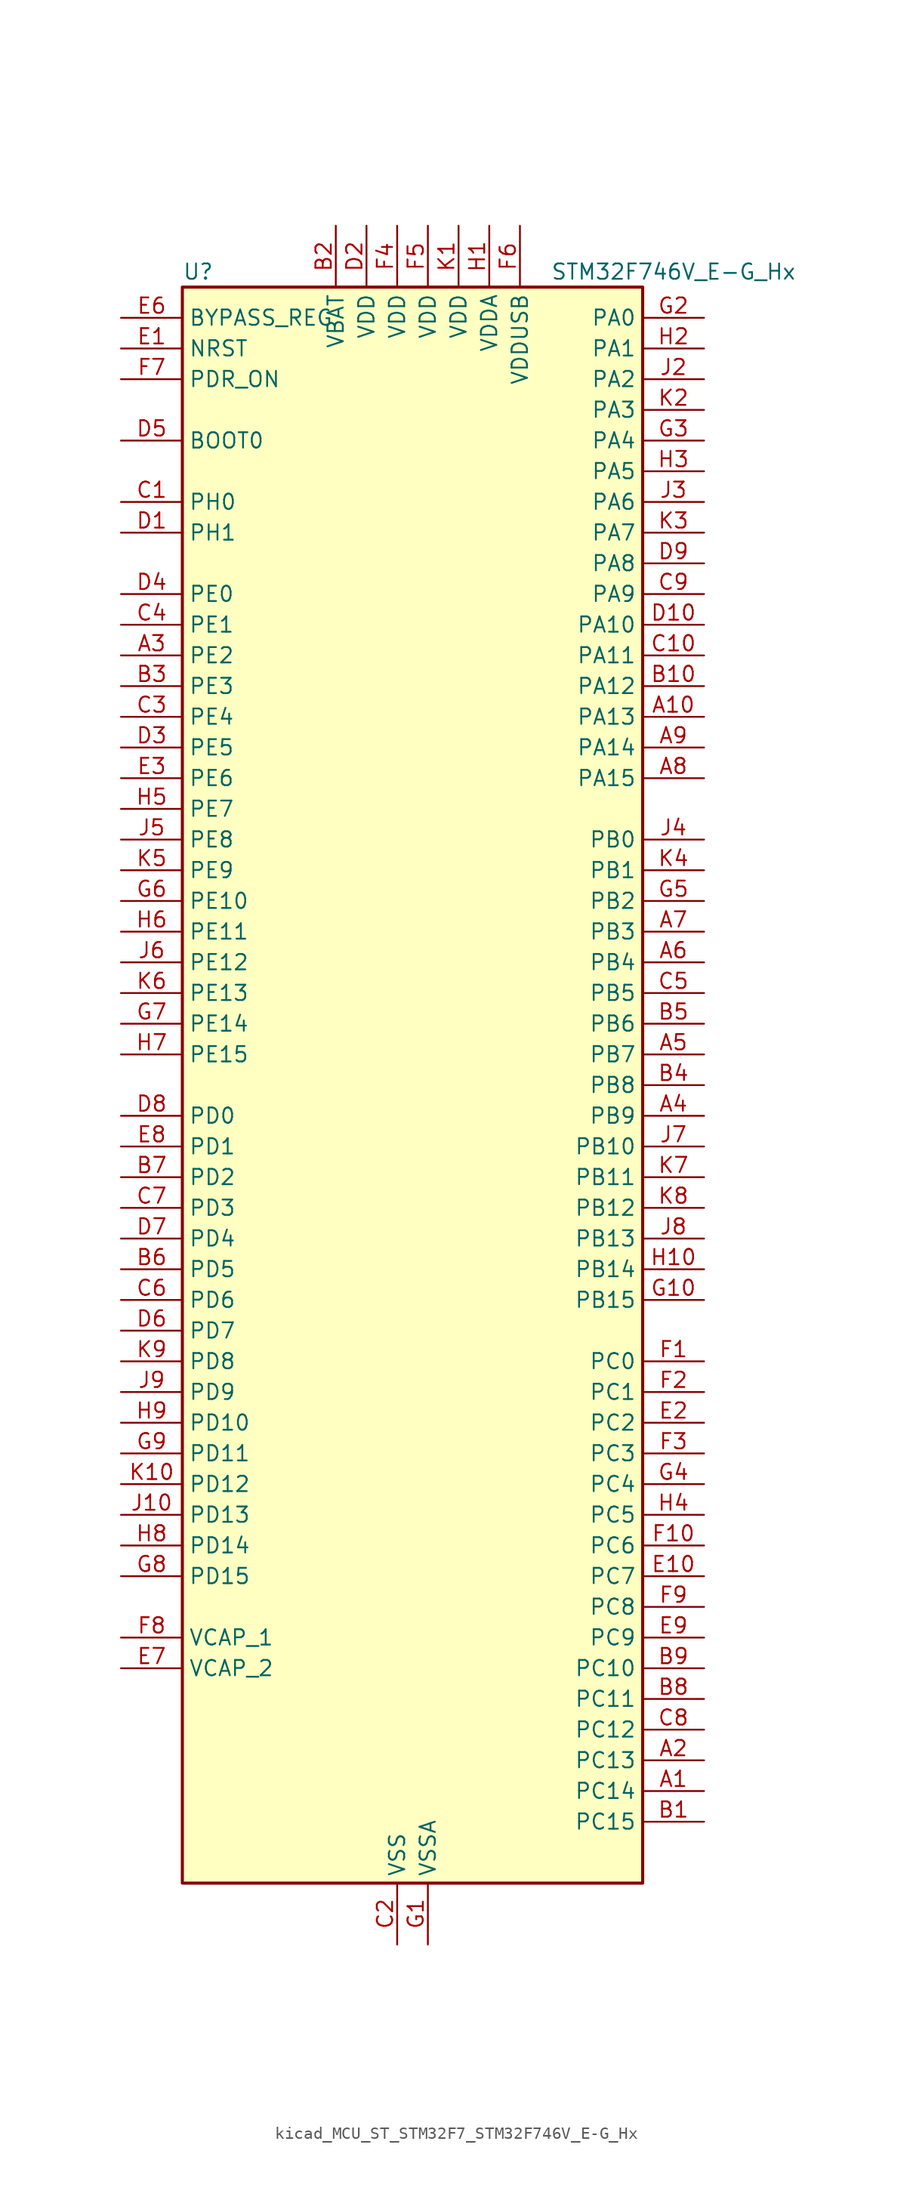
<source format=kicad_sym>
(kicad_symbol_lib
  (version 20220914)
  (generator kicad_symbol_editor)
  (symbol "kicad_MCU_ST_STM32F7_STM32F746V_E-G_Hx"
    (property "Reference" "U"
      (at -17.78 67.31 0)
      (effects (font (size 1.27 1.27)) (justify left)))
    (property "Value" "STM32F746V_E-G_Hx"
      (at 12.7 67.31 0)
      (effects (font (size 1.27 1.27)) (justify left)))
    (property "ki_locked" ""
      (at 0 0 0)
      (effects (font (size 1.27 1.27))))
    (symbol "kicad_MCU_ST_STM32F7_STM32F746V_E-G_Hx_0_1"
      (rectangle (start -17.78 -66.04) (end 20.32 66.04) (stroke (width 0.254) (type default)) (fill (type background))))
    (symbol "kicad_MCU_ST_STM32F7_STM32F746V_E-G_Hx_1_1"
      (pin bidirectional line (at 25.4 -58.42 180) (length 5.08) (name "PC14" (effects (font (size 1.27 1.27)))) (number "A1" (effects (font (size 1.27 1.27)))) (alternate "RCC_OSC32_IN" bidirectional line))
      (pin bidirectional line (at 25.4 30.48 180) (length 5.08) (name "PA13" (effects (font (size 1.27 1.27)))) (number "A10" (effects (font (size 1.27 1.27)))) (alternate "SYS_JTMS-SWDIO" bidirectional line))
      (pin bidirectional line (at 25.4 -55.88 180) (length 5.08) (name "PC13" (effects (font (size 1.27 1.27)))) (number "A2" (effects (font (size 1.27 1.27)))) (alternate "RTC_OUT" bidirectional line) (alternate "RTC_TAMP1" bidirectional line) (alternate "RTC_TS" bidirectional line) (alternate "SYS_WKUP4" bidirectional line))
      (pin bidirectional line (at -22.86 35.56 0) (length 5.08) (name "PE2" (effects (font (size 1.27 1.27)))) (number "A3" (effects (font (size 1.27 1.27)))) (alternate "ETH_TXD3" bidirectional line) (alternate "FMC_A23" bidirectional line) (alternate "QUADSPI_BK1_IO2" bidirectional line) (alternate "SAI1_MCLK_A" bidirectional line) (alternate "SPI4_SCK" bidirectional line) (alternate "SYS_TRACECLK" bidirectional line))
      (pin bidirectional line (at 25.4 -2.54 180) (length 5.08) (name "PB9" (effects (font (size 1.27 1.27)))) (number "A4" (effects (font (size 1.27 1.27)))) (alternate "CAN1_TX" bidirectional line) (alternate "DAC_EXTI9" bidirectional line) (alternate "DCMI_D7" bidirectional line) (alternate "I2C1_SDA" bidirectional line) (alternate "I2S2_WS" bidirectional line) (alternate "LTDC_B7" bidirectional line) (alternate "SDMMC1_D5" bidirectional line) (alternate "SPI2_NSS" bidirectional line) (alternate "TIM11_CH1" bidirectional line) (alternate "TIM4_CH4" bidirectional line))
      (pin bidirectional line (at 25.4 2.54 180) (length 5.08) (name "PB7" (effects (font (size 1.27 1.27)))) (number "A5" (effects (font (size 1.27 1.27)))) (alternate "DCMI_VSYNC" bidirectional line) (alternate "FMC_NL" bidirectional line) (alternate "I2C1_SDA" bidirectional line) (alternate "TIM4_CH2" bidirectional line) (alternate "USART1_RX" bidirectional line))
      (pin bidirectional line (at 25.4 10.16 180) (length 5.08) (name "PB4" (effects (font (size 1.27 1.27)))) (number "A6" (effects (font (size 1.27 1.27)))) (alternate "I2S2_WS" bidirectional line) (alternate "SPI1_MISO" bidirectional line) (alternate "SPI2_NSS" bidirectional line) (alternate "SPI3_MISO" bidirectional line) (alternate "SYS_JTRST" bidirectional line) (alternate "TIM3_CH1" bidirectional line))
      (pin bidirectional line (at 25.4 12.7 180) (length 5.08) (name "PB3" (effects (font (size 1.27 1.27)))) (number "A7" (effects (font (size 1.27 1.27)))) (alternate "I2S1_CK" bidirectional line) (alternate "I2S3_CK" bidirectional line) (alternate "SPI1_SCK" bidirectional line) (alternate "SPI3_SCK" bidirectional line) (alternate "SYS_JTDO-SWO" bidirectional line) (alternate "TIM2_CH2" bidirectional line))
      (pin bidirectional line (at 25.4 25.4 180) (length 5.08) (name "PA15" (effects (font (size 1.27 1.27)))) (number "A8" (effects (font (size 1.27 1.27)))) (alternate "CEC" bidirectional line) (alternate "I2S1_WS" bidirectional line) (alternate "I2S3_WS" bidirectional line) (alternate "SPI1_NSS" bidirectional line) (alternate "SPI3_NSS" bidirectional line) (alternate "SYS_JTDI" bidirectional line) (alternate "TIM2_CH1" bidirectional line) (alternate "TIM2_ETR" bidirectional line) (alternate "UART4_DE" bidirectional line) (alternate "UART4_RTS" bidirectional line))
      (pin bidirectional line (at 25.4 27.94 180) (length 5.08) (name "PA14" (effects (font (size 1.27 1.27)))) (number "A9" (effects (font (size 1.27 1.27)))) (alternate "SYS_JTCK-SWCLK" bidirectional line))
      (pin bidirectional line (at 25.4 -60.96 180) (length 5.08) (name "PC15" (effects (font (size 1.27 1.27)))) (number "B1" (effects (font (size 1.27 1.27)))) (alternate "RCC_OSC32_OUT" bidirectional line))
      (pin bidirectional line (at 25.4 33.02 180) (length 5.08) (name "PA12" (effects (font (size 1.27 1.27)))) (number "B10" (effects (font (size 1.27 1.27)))) (alternate "CAN1_TX" bidirectional line) (alternate "LTDC_R5" bidirectional line) (alternate "SAI2_FS_B" bidirectional line) (alternate "TIM1_ETR" bidirectional line) (alternate "USART1_DE" bidirectional line) (alternate "USART1_RTS" bidirectional line) (alternate "USB_OTG_FS_DP" bidirectional line))
      (pin power_in line (at -5.08 71.12 270) (length 5.08) (name "VBAT" (effects (font (size 1.27 1.27)))) (number "B2" (effects (font (size 1.27 1.27)))))
      (pin bidirectional line (at -22.86 33.02 0) (length 5.08) (name "PE3" (effects (font (size 1.27 1.27)))) (number "B3" (effects (font (size 1.27 1.27)))) (alternate "FMC_A19" bidirectional line) (alternate "SAI1_SD_B" bidirectional line) (alternate "SYS_TRACED0" bidirectional line))
      (pin bidirectional line (at 25.4 0 180) (length 5.08) (name "PB8" (effects (font (size 1.27 1.27)))) (number "B4" (effects (font (size 1.27 1.27)))) (alternate "CAN1_RX" bidirectional line) (alternate "DCMI_D6" bidirectional line) (alternate "ETH_TXD3" bidirectional line) (alternate "I2C1_SCL" bidirectional line) (alternate "LTDC_B6" bidirectional line) (alternate "SDMMC1_D4" bidirectional line) (alternate "TIM10_CH1" bidirectional line) (alternate "TIM4_CH3" bidirectional line))
      (pin bidirectional line (at 25.4 5.08 180) (length 5.08) (name "PB6" (effects (font (size 1.27 1.27)))) (number "B5" (effects (font (size 1.27 1.27)))) (alternate "CAN2_TX" bidirectional line) (alternate "CEC" bidirectional line) (alternate "DCMI_D5" bidirectional line) (alternate "FMC_SDNE1" bidirectional line) (alternate "I2C1_SCL" bidirectional line) (alternate "QUADSPI_BK1_NCS" bidirectional line) (alternate "TIM4_CH1" bidirectional line) (alternate "USART1_TX" bidirectional line))
      (pin bidirectional line (at -22.86 -15.24 0) (length 5.08) (name "PD5" (effects (font (size 1.27 1.27)))) (number "B6" (effects (font (size 1.27 1.27)))) (alternate "FMC_NWE" bidirectional line) (alternate "USART2_TX" bidirectional line))
      (pin bidirectional line (at -22.86 -7.62 0) (length 5.08) (name "PD2" (effects (font (size 1.27 1.27)))) (number "B7" (effects (font (size 1.27 1.27)))) (alternate "DCMI_D11" bidirectional line) (alternate "SDMMC1_CMD" bidirectional line) (alternate "SYS_TRACED2" bidirectional line) (alternate "TIM3_ETR" bidirectional line) (alternate "UART5_RX" bidirectional line))
      (pin bidirectional line (at 25.4 -50.8 180) (length 5.08) (name "PC11" (effects (font (size 1.27 1.27)))) (number "B8" (effects (font (size 1.27 1.27)))) (alternate "ADC1_EXTI11" bidirectional line) (alternate "ADC2_EXTI11" bidirectional line) (alternate "ADC3_EXTI11" bidirectional line) (alternate "DCMI_D4" bidirectional line) (alternate "QUADSPI_BK2_NCS" bidirectional line) (alternate "SDMMC1_D3" bidirectional line) (alternate "SPI3_MISO" bidirectional line) (alternate "UART4_RX" bidirectional line) (alternate "USART3_RX" bidirectional line))
      (pin bidirectional line (at 25.4 -48.26 180) (length 5.08) (name "PC10" (effects (font (size 1.27 1.27)))) (number "B9" (effects (font (size 1.27 1.27)))) (alternate "DCMI_D8" bidirectional line) (alternate "I2S3_CK" bidirectional line) (alternate "LTDC_R2" bidirectional line) (alternate "QUADSPI_BK1_IO1" bidirectional line) (alternate "SDMMC1_D2" bidirectional line) (alternate "SPI3_SCK" bidirectional line) (alternate "UART4_TX" bidirectional line) (alternate "USART3_TX" bidirectional line))
      (pin bidirectional line (at -22.86 48.26 0) (length 5.08) (name "PH0" (effects (font (size 1.27 1.27)))) (number "C1" (effects (font (size 1.27 1.27)))) (alternate "RCC_OSC_IN" bidirectional line))
      (pin bidirectional line (at 25.4 35.56 180) (length 5.08) (name "PA11" (effects (font (size 1.27 1.27)))) (number "C10" (effects (font (size 1.27 1.27)))) (alternate "ADC1_EXTI11" bidirectional line) (alternate "ADC2_EXTI11" bidirectional line) (alternate "ADC3_EXTI11" bidirectional line) (alternate "CAN1_RX" bidirectional line) (alternate "LTDC_R4" bidirectional line) (alternate "TIM1_CH4" bidirectional line) (alternate "USART1_CTS" bidirectional line) (alternate "USB_OTG_FS_DM" bidirectional line))
      (pin power_in line (at 0 -71.12 90) (length 5.08) (name "VSS" (effects (font (size 1.27 1.27)))) (number "C2" (effects (font (size 1.27 1.27)))))
      (pin bidirectional line (at -22.86 30.48 0) (length 5.08) (name "PE4" (effects (font (size 1.27 1.27)))) (number "C3" (effects (font (size 1.27 1.27)))) (alternate "DCMI_D4" bidirectional line) (alternate "FMC_A20" bidirectional line) (alternate "LTDC_B0" bidirectional line) (alternate "SAI1_FS_A" bidirectional line) (alternate "SPI4_NSS" bidirectional line) (alternate "SYS_TRACED1" bidirectional line))
      (pin bidirectional line (at -22.86 38.1 0) (length 5.08) (name "PE1" (effects (font (size 1.27 1.27)))) (number "C4" (effects (font (size 1.27 1.27)))) (alternate "DCMI_D3" bidirectional line) (alternate "FMC_NBL1" bidirectional line) (alternate "LPTIM1_IN2" bidirectional line) (alternate "UART8_TX" bidirectional line))
      (pin bidirectional line (at 25.4 7.62 180) (length 5.08) (name "PB5" (effects (font (size 1.27 1.27)))) (number "C5" (effects (font (size 1.27 1.27)))) (alternate "CAN2_RX" bidirectional line) (alternate "DCMI_D10" bidirectional line) (alternate "ETH_PPS_OUT" bidirectional line) (alternate "FMC_SDCKE1" bidirectional line) (alternate "I2C1_SMBA" bidirectional line) (alternate "I2S1_SD" bidirectional line) (alternate "I2S3_SD" bidirectional line) (alternate "SPI1_MOSI" bidirectional line) (alternate "SPI3_MOSI" bidirectional line) (alternate "TIM3_CH2" bidirectional line) (alternate "USB_OTG_HS_ULPI_D7" bidirectional line))
      (pin bidirectional line (at -22.86 -17.78 0) (length 5.08) (name "PD6" (effects (font (size 1.27 1.27)))) (number "C6" (effects (font (size 1.27 1.27)))) (alternate "DCMI_D10" bidirectional line) (alternate "FMC_NWAIT" bidirectional line) (alternate "I2S3_SD" bidirectional line) (alternate "LTDC_B2" bidirectional line) (alternate "SAI1_SD_A" bidirectional line) (alternate "SPI3_MOSI" bidirectional line) (alternate "USART2_RX" bidirectional line))
      (pin bidirectional line (at -22.86 -10.16 0) (length 5.08) (name "PD3" (effects (font (size 1.27 1.27)))) (number "C7" (effects (font (size 1.27 1.27)))) (alternate "DCMI_D5" bidirectional line) (alternate "FMC_CLK" bidirectional line) (alternate "I2S2_CK" bidirectional line) (alternate "LTDC_G7" bidirectional line) (alternate "SPI2_SCK" bidirectional line) (alternate "USART2_CTS" bidirectional line))
      (pin bidirectional line (at 25.4 -53.34 180) (length 5.08) (name "PC12" (effects (font (size 1.27 1.27)))) (number "C8" (effects (font (size 1.27 1.27)))) (alternate "DCMI_D9" bidirectional line) (alternate "I2S3_SD" bidirectional line) (alternate "SDMMC1_CK" bidirectional line) (alternate "SPI3_MOSI" bidirectional line) (alternate "SYS_TRACED3" bidirectional line) (alternate "UART5_TX" bidirectional line) (alternate "USART3_CK" bidirectional line))
      (pin bidirectional line (at 25.4 40.64 180) (length 5.08) (name "PA9" (effects (font (size 1.27 1.27)))) (number "C9" (effects (font (size 1.27 1.27)))) (alternate "DAC_EXTI9" bidirectional line) (alternate "DCMI_D0" bidirectional line) (alternate "I2C3_SMBA" bidirectional line) (alternate "I2S2_CK" bidirectional line) (alternate "SPI2_SCK" bidirectional line) (alternate "TIM1_CH2" bidirectional line) (alternate "USART1_TX" bidirectional line) (alternate "USB_OTG_FS_VBUS" bidirectional line))
      (pin bidirectional line (at -22.86 45.72 0) (length 5.08) (name "PH1" (effects (font (size 1.27 1.27)))) (number "D1" (effects (font (size 1.27 1.27)))) (alternate "RCC_OSC_OUT" bidirectional line))
      (pin bidirectional line (at 25.4 38.1 180) (length 5.08) (name "PA10" (effects (font (size 1.27 1.27)))) (number "D10" (effects (font (size 1.27 1.27)))) (alternate "DCMI_D1" bidirectional line) (alternate "TIM1_CH3" bidirectional line) (alternate "USART1_RX" bidirectional line) (alternate "USB_OTG_FS_ID" bidirectional line))
      (pin power_in line (at -2.54 71.12 270) (length 5.08) (name "VDD" (effects (font (size 1.27 1.27)))) (number "D2" (effects (font (size 1.27 1.27)))))
      (pin bidirectional line (at -22.86 27.94 0) (length 5.08) (name "PE5" (effects (font (size 1.27 1.27)))) (number "D3" (effects (font (size 1.27 1.27)))) (alternate "DCMI_D6" bidirectional line) (alternate "FMC_A21" bidirectional line) (alternate "LTDC_G0" bidirectional line) (alternate "SAI1_SCK_A" bidirectional line) (alternate "SPI4_MISO" bidirectional line) (alternate "SYS_TRACED2" bidirectional line) (alternate "TIM9_CH1" bidirectional line))
      (pin bidirectional line (at -22.86 40.64 0) (length 5.08) (name "PE0" (effects (font (size 1.27 1.27)))) (number "D4" (effects (font (size 1.27 1.27)))) (alternate "DCMI_D2" bidirectional line) (alternate "FMC_NBL0" bidirectional line) (alternate "LPTIM1_ETR" bidirectional line) (alternate "SAI2_MCLK_A" bidirectional line) (alternate "TIM4_ETR" bidirectional line) (alternate "UART8_RX" bidirectional line))
      (pin input line (at -22.86 53.34 0) (length 5.08) (name "BOOT0" (effects (font (size 1.27 1.27)))) (number "D5" (effects (font (size 1.27 1.27)))))
      (pin bidirectional line (at -22.86 -20.32 0) (length 5.08) (name "PD7" (effects (font (size 1.27 1.27)))) (number "D6" (effects (font (size 1.27 1.27)))) (alternate "FMC_NE1" bidirectional line) (alternate "SPDIFRX_IN0" bidirectional line) (alternate "USART2_CK" bidirectional line))
      (pin bidirectional line (at -22.86 -12.7 0) (length 5.08) (name "PD4" (effects (font (size 1.27 1.27)))) (number "D7" (effects (font (size 1.27 1.27)))) (alternate "FMC_NOE" bidirectional line) (alternate "USART2_DE" bidirectional line) (alternate "USART2_RTS" bidirectional line))
      (pin bidirectional line (at -22.86 -2.54 0) (length 5.08) (name "PD0" (effects (font (size 1.27 1.27)))) (number "D8" (effects (font (size 1.27 1.27)))) (alternate "CAN1_RX" bidirectional line) (alternate "FMC_D2" bidirectional line) (alternate "FMC_DA2" bidirectional line))
      (pin bidirectional line (at 25.4 43.18 180) (length 5.08) (name "PA8" (effects (font (size 1.27 1.27)))) (number "D9" (effects (font (size 1.27 1.27)))) (alternate "I2C3_SCL" bidirectional line) (alternate "LTDC_R6" bidirectional line) (alternate "RCC_MCO_1" bidirectional line) (alternate "TIM1_CH1" bidirectional line) (alternate "TIM8_BKIN2" bidirectional line) (alternate "USART1_CK" bidirectional line) (alternate "USB_OTG_FS_SOF" bidirectional line))
      (pin input line (at -22.86 60.96 0) (length 5.08) (name "NRST" (effects (font (size 1.27 1.27)))) (number "E1" (effects (font (size 1.27 1.27)))))
      (pin bidirectional line (at 25.4 -40.64 180) (length 5.08) (name "PC7" (effects (font (size 1.27 1.27)))) (number "E10" (effects (font (size 1.27 1.27)))) (alternate "DCMI_D1" bidirectional line) (alternate "I2S3_MCK" bidirectional line) (alternate "LTDC_G6" bidirectional line) (alternate "SDMMC1_D7" bidirectional line) (alternate "TIM3_CH2" bidirectional line) (alternate "TIM8_CH2" bidirectional line) (alternate "USART6_RX" bidirectional line))
      (pin bidirectional line (at 25.4 -27.94 180) (length 5.08) (name "PC2" (effects (font (size 1.27 1.27)))) (number "E2" (effects (font (size 1.27 1.27)))) (alternate "ADC1_IN12" bidirectional line) (alternate "ADC2_IN12" bidirectional line) (alternate "ADC3_IN12" bidirectional line) (alternate "ETH_TXD2" bidirectional line) (alternate "FMC_SDNE0" bidirectional line) (alternate "SPI2_MISO" bidirectional line) (alternate "USB_OTG_HS_ULPI_DIR" bidirectional line))
      (pin bidirectional line (at -22.86 25.4 0) (length 5.08) (name "PE6" (effects (font (size 1.27 1.27)))) (number "E3" (effects (font (size 1.27 1.27)))) (alternate "DCMI_D7" bidirectional line) (alternate "FMC_A22" bidirectional line) (alternate "LTDC_G1" bidirectional line) (alternate "SAI1_SD_A" bidirectional line) (alternate "SAI2_MCLK_B" bidirectional line) (alternate "SPI4_MOSI" bidirectional line) (alternate "SYS_TRACED3" bidirectional line) (alternate "TIM1_BKIN2" bidirectional line) (alternate "TIM9_CH2" bidirectional line))
      (pin passive line (at 0 -71.12 90) (length 5.08) hide (name "VSS" (effects (font (size 1.27 1.27)))) (number "E4" (effects (font (size 1.27 1.27)))))
      (pin passive line (at 0 -71.12 90) (length 5.08) hide (name "VSS" (effects (font (size 1.27 1.27)))) (number "E5" (effects (font (size 1.27 1.27)))))
      (pin input line (at -22.86 63.5 0) (length 5.08) (name "BYPASS_REG" (effects (font (size 1.27 1.27)))) (number "E6" (effects (font (size 1.27 1.27)))))
      (pin power_out line (at -22.86 -48.26 0) (length 5.08) (name "VCAP_2" (effects (font (size 1.27 1.27)))) (number "E7" (effects (font (size 1.27 1.27)))))
      (pin bidirectional line (at -22.86 -5.08 0) (length 5.08) (name "PD1" (effects (font (size 1.27 1.27)))) (number "E8" (effects (font (size 1.27 1.27)))) (alternate "CAN1_TX" bidirectional line) (alternate "FMC_D3" bidirectional line) (alternate "FMC_DA3" bidirectional line))
      (pin bidirectional line (at 25.4 -45.72 180) (length 5.08) (name "PC9" (effects (font (size 1.27 1.27)))) (number "E9" (effects (font (size 1.27 1.27)))) (alternate "DAC_EXTI9" bidirectional line) (alternate "DCMI_D3" bidirectional line) (alternate "I2C3_SDA" bidirectional line) (alternate "I2S_CKIN" bidirectional line) (alternate "QUADSPI_BK1_IO0" bidirectional line) (alternate "RCC_MCO_2" bidirectional line) (alternate "SDMMC1_D1" bidirectional line) (alternate "TIM3_CH4" bidirectional line) (alternate "TIM8_CH4" bidirectional line) (alternate "UART5_CTS" bidirectional line))
      (pin bidirectional line (at 25.4 -22.86 180) (length 5.08) (name "PC0" (effects (font (size 1.27 1.27)))) (number "F1" (effects (font (size 1.27 1.27)))) (alternate "ADC1_IN10" bidirectional line) (alternate "ADC2_IN10" bidirectional line) (alternate "ADC3_IN10" bidirectional line) (alternate "FMC_SDNWE" bidirectional line) (alternate "LTDC_R5" bidirectional line) (alternate "SAI2_FS_B" bidirectional line) (alternate "USB_OTG_HS_ULPI_STP" bidirectional line))
      (pin bidirectional line (at 25.4 -38.1 180) (length 5.08) (name "PC6" (effects (font (size 1.27 1.27)))) (number "F10" (effects (font (size 1.27 1.27)))) (alternate "DCMI_D0" bidirectional line) (alternate "I2S2_MCK" bidirectional line) (alternate "LTDC_HSYNC" bidirectional line) (alternate "SDMMC1_D6" bidirectional line) (alternate "TIM3_CH1" bidirectional line) (alternate "TIM8_CH1" bidirectional line) (alternate "USART6_TX" bidirectional line))
      (pin bidirectional line (at 25.4 -25.4 180) (length 5.08) (name "PC1" (effects (font (size 1.27 1.27)))) (number "F2" (effects (font (size 1.27 1.27)))) (alternate "ADC1_IN11" bidirectional line) (alternate "ADC2_IN11" bidirectional line) (alternate "ADC3_IN11" bidirectional line) (alternate "ETH_MDC" bidirectional line) (alternate "I2S2_SD" bidirectional line) (alternate "RTC_TAMP3" bidirectional line) (alternate "RTC_TS" bidirectional line) (alternate "SAI1_SD_A" bidirectional line) (alternate "SPI2_MOSI" bidirectional line) (alternate "SYS_TRACED0" bidirectional line) (alternate "SYS_WKUP3" bidirectional line))
      (pin bidirectional line (at 25.4 -30.48 180) (length 5.08) (name "PC3" (effects (font (size 1.27 1.27)))) (number "F3" (effects (font (size 1.27 1.27)))) (alternate "ADC1_IN13" bidirectional line) (alternate "ADC2_IN13" bidirectional line) (alternate "ADC3_IN13" bidirectional line) (alternate "ETH_TX_CLK" bidirectional line) (alternate "FMC_SDCKE0" bidirectional line) (alternate "I2S2_SD" bidirectional line) (alternate "SPI2_MOSI" bidirectional line) (alternate "USB_OTG_HS_ULPI_NXT" bidirectional line))
      (pin power_in line (at 0 71.12 270) (length 5.08) (name "VDD" (effects (font (size 1.27 1.27)))) (number "F4" (effects (font (size 1.27 1.27)))))
      (pin power_in line (at 2.54 71.12 270) (length 5.08) (name "VDD" (effects (font (size 1.27 1.27)))) (number "F5" (effects (font (size 1.27 1.27)))))
      (pin power_in line (at 10.16 71.12 270) (length 5.08) (name "VDDUSB" (effects (font (size 1.27 1.27)))) (number "F6" (effects (font (size 1.27 1.27)))))
      (pin input line (at -22.86 58.42 0) (length 5.08) (name "PDR_ON" (effects (font (size 1.27 1.27)))) (number "F7" (effects (font (size 1.27 1.27)))))
      (pin power_out line (at -22.86 -45.72 0) (length 5.08) (name "VCAP_1" (effects (font (size 1.27 1.27)))) (number "F8" (effects (font (size 1.27 1.27)))))
      (pin bidirectional line (at 25.4 -43.18 180) (length 5.08) (name "PC8" (effects (font (size 1.27 1.27)))) (number "F9" (effects (font (size 1.27 1.27)))) (alternate "DCMI_D2" bidirectional line) (alternate "SDMMC1_D0" bidirectional line) (alternate "SYS_TRACED1" bidirectional line) (alternate "TIM3_CH3" bidirectional line) (alternate "TIM8_CH3" bidirectional line) (alternate "UART5_DE" bidirectional line) (alternate "UART5_RTS" bidirectional line) (alternate "USART6_CK" bidirectional line))
      (pin power_in line (at 2.54 -71.12 90) (length 5.08) (name "VSSA" (effects (font (size 1.27 1.27)))) (number "G1" (effects (font (size 1.27 1.27)))))
      (pin bidirectional line (at 25.4 -17.78 180) (length 5.08) (name "PB15" (effects (font (size 1.27 1.27)))) (number "G10" (effects (font (size 1.27 1.27)))) (alternate "I2S2_SD" bidirectional line) (alternate "RTC_REFIN" bidirectional line) (alternate "SPI2_MOSI" bidirectional line) (alternate "TIM12_CH2" bidirectional line) (alternate "TIM1_CH3N" bidirectional line) (alternate "TIM8_CH3N" bidirectional line) (alternate "USB_OTG_HS_DP" bidirectional line))
      (pin bidirectional line (at 25.4 63.5 180) (length 5.08) (name "PA0" (effects (font (size 1.27 1.27)))) (number "G2" (effects (font (size 1.27 1.27)))) (alternate "ADC1_IN0" bidirectional line) (alternate "ADC2_IN0" bidirectional line) (alternate "ADC3_IN0" bidirectional line) (alternate "ETH_CRS" bidirectional line) (alternate "SAI2_SD_B" bidirectional line) (alternate "SYS_WKUP1" bidirectional line) (alternate "TIM2_CH1" bidirectional line) (alternate "TIM2_ETR" bidirectional line) (alternate "TIM5_CH1" bidirectional line) (alternate "TIM8_ETR" bidirectional line) (alternate "UART4_TX" bidirectional line) (alternate "USART2_CTS" bidirectional line))
      (pin bidirectional line (at 25.4 53.34 180) (length 5.08) (name "PA4" (effects (font (size 1.27 1.27)))) (number "G3" (effects (font (size 1.27 1.27)))) (alternate "ADC1_IN4" bidirectional line) (alternate "ADC2_IN4" bidirectional line) (alternate "DAC_OUT1" bidirectional line) (alternate "DCMI_HSYNC" bidirectional line) (alternate "I2S1_WS" bidirectional line) (alternate "I2S3_WS" bidirectional line) (alternate "LTDC_VSYNC" bidirectional line) (alternate "SPI1_NSS" bidirectional line) (alternate "SPI3_NSS" bidirectional line) (alternate "USART2_CK" bidirectional line) (alternate "USB_OTG_HS_SOF" bidirectional line))
      (pin bidirectional line (at 25.4 -33.02 180) (length 5.08) (name "PC4" (effects (font (size 1.27 1.27)))) (number "G4" (effects (font (size 1.27 1.27)))) (alternate "ADC1_IN14" bidirectional line) (alternate "ADC2_IN14" bidirectional line) (alternate "ETH_RXD0" bidirectional line) (alternate "FMC_SDNE0" bidirectional line) (alternate "I2S1_MCK" bidirectional line) (alternate "SPDIFRX_IN2" bidirectional line))
      (pin bidirectional line (at 25.4 15.24 180) (length 5.08) (name "PB2" (effects (font (size 1.27 1.27)))) (number "G5" (effects (font (size 1.27 1.27)))) (alternate "I2S3_SD" bidirectional line) (alternate "QUADSPI_CLK" bidirectional line) (alternate "SAI1_SD_A" bidirectional line) (alternate "SPI3_MOSI" bidirectional line))
      (pin bidirectional line (at -22.86 15.24 0) (length 5.08) (name "PE10" (effects (font (size 1.27 1.27)))) (number "G6" (effects (font (size 1.27 1.27)))) (alternate "FMC_D7" bidirectional line) (alternate "FMC_DA7" bidirectional line) (alternate "QUADSPI_BK2_IO3" bidirectional line) (alternate "TIM1_CH2N" bidirectional line) (alternate "UART7_CTS" bidirectional line))
      (pin bidirectional line (at -22.86 5.08 0) (length 5.08) (name "PE14" (effects (font (size 1.27 1.27)))) (number "G7" (effects (font (size 1.27 1.27)))) (alternate "FMC_D11" bidirectional line) (alternate "FMC_DA11" bidirectional line) (alternate "LTDC_CLK" bidirectional line) (alternate "SAI2_MCLK_B" bidirectional line) (alternate "SPI4_MOSI" bidirectional line) (alternate "TIM1_CH4" bidirectional line))
      (pin bidirectional line (at -22.86 -40.64 0) (length 5.08) (name "PD15" (effects (font (size 1.27 1.27)))) (number "G8" (effects (font (size 1.27 1.27)))) (alternate "FMC_D1" bidirectional line) (alternate "FMC_DA1" bidirectional line) (alternate "TIM4_CH4" bidirectional line) (alternate "UART8_DE" bidirectional line) (alternate "UART8_RTS" bidirectional line))
      (pin bidirectional line (at -22.86 -30.48 0) (length 5.08) (name "PD11" (effects (font (size 1.27 1.27)))) (number "G9" (effects (font (size 1.27 1.27)))) (alternate "ADC1_EXTI11" bidirectional line) (alternate "ADC2_EXTI11" bidirectional line) (alternate "ADC3_EXTI11" bidirectional line) (alternate "FMC_A16" bidirectional line) (alternate "FMC_CLE" bidirectional line) (alternate "I2C4_SMBA" bidirectional line) (alternate "QUADSPI_BK1_IO0" bidirectional line) (alternate "SAI2_SD_A" bidirectional line) (alternate "USART3_CTS" bidirectional line))
      (pin power_in line (at 7.62 71.12 270) (length 5.08) (name "VDDA" (effects (font (size 1.27 1.27)))) (number "H1" (effects (font (size 1.27 1.27)))))
      (pin bidirectional line (at 25.4 -15.24 180) (length 5.08) (name "PB14" (effects (font (size 1.27 1.27)))) (number "H10" (effects (font (size 1.27 1.27)))) (alternate "SPI2_MISO" bidirectional line) (alternate "TIM12_CH1" bidirectional line) (alternate "TIM1_CH2N" bidirectional line) (alternate "TIM8_CH2N" bidirectional line) (alternate "USART3_DE" bidirectional line) (alternate "USART3_RTS" bidirectional line) (alternate "USB_OTG_HS_DM" bidirectional line))
      (pin bidirectional line (at 25.4 60.96 180) (length 5.08) (name "PA1" (effects (font (size 1.27 1.27)))) (number "H2" (effects (font (size 1.27 1.27)))) (alternate "ADC1_IN1" bidirectional line) (alternate "ADC2_IN1" bidirectional line) (alternate "ADC3_IN1" bidirectional line) (alternate "ETH_REF_CLK" bidirectional line) (alternate "ETH_RX_CLK" bidirectional line) (alternate "LTDC_R2" bidirectional line) (alternate "QUADSPI_BK1_IO3" bidirectional line) (alternate "SAI2_MCLK_B" bidirectional line) (alternate "TIM2_CH2" bidirectional line) (alternate "TIM5_CH2" bidirectional line) (alternate "UART4_RX" bidirectional line) (alternate "USART2_DE" bidirectional line) (alternate "USART2_RTS" bidirectional line))
      (pin bidirectional line (at 25.4 50.8 180) (length 5.08) (name "PA5" (effects (font (size 1.27 1.27)))) (number "H3" (effects (font (size 1.27 1.27)))) (alternate "ADC1_IN5" bidirectional line) (alternate "ADC2_IN5" bidirectional line) (alternate "DAC_OUT2" bidirectional line) (alternate "I2S1_CK" bidirectional line) (alternate "LTDC_R4" bidirectional line) (alternate "SPI1_SCK" bidirectional line) (alternate "TIM2_CH1" bidirectional line) (alternate "TIM2_ETR" bidirectional line) (alternate "TIM8_CH1N" bidirectional line) (alternate "USB_OTG_HS_ULPI_CK" bidirectional line))
      (pin bidirectional line (at 25.4 -35.56 180) (length 5.08) (name "PC5" (effects (font (size 1.27 1.27)))) (number "H4" (effects (font (size 1.27 1.27)))) (alternate "ADC1_IN15" bidirectional line) (alternate "ADC2_IN15" bidirectional line) (alternate "ETH_RXD1" bidirectional line) (alternate "FMC_SDCKE0" bidirectional line) (alternate "SPDIFRX_IN3" bidirectional line))
      (pin bidirectional line (at -22.86 22.86 0) (length 5.08) (name "PE7" (effects (font (size 1.27 1.27)))) (number "H5" (effects (font (size 1.27 1.27)))) (alternate "FMC_D4" bidirectional line) (alternate "FMC_DA4" bidirectional line) (alternate "QUADSPI_BK2_IO0" bidirectional line) (alternate "TIM1_ETR" bidirectional line) (alternate "UART7_RX" bidirectional line))
      (pin bidirectional line (at -22.86 12.7 0) (length 5.08) (name "PE11" (effects (font (size 1.27 1.27)))) (number "H6" (effects (font (size 1.27 1.27)))) (alternate "ADC1_EXTI11" bidirectional line) (alternate "ADC2_EXTI11" bidirectional line) (alternate "ADC3_EXTI11" bidirectional line) (alternate "FMC_D8" bidirectional line) (alternate "FMC_DA8" bidirectional line) (alternate "LTDC_G3" bidirectional line) (alternate "SAI2_SD_B" bidirectional line) (alternate "SPI4_NSS" bidirectional line) (alternate "TIM1_CH2" bidirectional line))
      (pin bidirectional line (at -22.86 2.54 0) (length 5.08) (name "PE15" (effects (font (size 1.27 1.27)))) (number "H7" (effects (font (size 1.27 1.27)))) (alternate "FMC_D12" bidirectional line) (alternate "FMC_DA12" bidirectional line) (alternate "LTDC_R7" bidirectional line) (alternate "TIM1_BKIN" bidirectional line))
      (pin bidirectional line (at -22.86 -38.1 0) (length 5.08) (name "PD14" (effects (font (size 1.27 1.27)))) (number "H8" (effects (font (size 1.27 1.27)))) (alternate "FMC_D0" bidirectional line) (alternate "FMC_DA0" bidirectional line) (alternate "TIM4_CH3" bidirectional line) (alternate "UART8_CTS" bidirectional line))
      (pin bidirectional line (at -22.86 -27.94 0) (length 5.08) (name "PD10" (effects (font (size 1.27 1.27)))) (number "H9" (effects (font (size 1.27 1.27)))) (alternate "FMC_D15" bidirectional line) (alternate "FMC_DA15" bidirectional line) (alternate "LTDC_B3" bidirectional line) (alternate "USART3_CK" bidirectional line))
      (pin passive line (at 0 -71.12 90) (length 5.08) hide (name "VSS" (effects (font (size 1.27 1.27)))) (number "J1" (effects (font (size 1.27 1.27)))))
      (pin bidirectional line (at -22.86 -35.56 0) (length 5.08) (name "PD13" (effects (font (size 1.27 1.27)))) (number "J10" (effects (font (size 1.27 1.27)))) (alternate "FMC_A18" bidirectional line) (alternate "I2C4_SDA" bidirectional line) (alternate "LPTIM1_OUT" bidirectional line) (alternate "QUADSPI_BK1_IO3" bidirectional line) (alternate "SAI2_SCK_A" bidirectional line) (alternate "TIM4_CH2" bidirectional line))
      (pin bidirectional line (at 25.4 58.42 180) (length 5.08) (name "PA2" (effects (font (size 1.27 1.27)))) (number "J2" (effects (font (size 1.27 1.27)))) (alternate "ADC1_IN2" bidirectional line) (alternate "ADC2_IN2" bidirectional line) (alternate "ADC3_IN2" bidirectional line) (alternate "ETH_MDIO" bidirectional line) (alternate "LTDC_R1" bidirectional line) (alternate "SAI2_SCK_B" bidirectional line) (alternate "SYS_WKUP2" bidirectional line) (alternate "TIM2_CH3" bidirectional line) (alternate "TIM5_CH3" bidirectional line) (alternate "TIM9_CH1" bidirectional line) (alternate "USART2_TX" bidirectional line))
      (pin bidirectional line (at 25.4 48.26 180) (length 5.08) (name "PA6" (effects (font (size 1.27 1.27)))) (number "J3" (effects (font (size 1.27 1.27)))) (alternate "ADC1_IN6" bidirectional line) (alternate "ADC2_IN6" bidirectional line) (alternate "DCMI_PIXCLK" bidirectional line) (alternate "LTDC_G2" bidirectional line) (alternate "SPI1_MISO" bidirectional line) (alternate "TIM13_CH1" bidirectional line) (alternate "TIM1_BKIN" bidirectional line) (alternate "TIM3_CH1" bidirectional line) (alternate "TIM8_BKIN" bidirectional line))
      (pin bidirectional line (at 25.4 20.32 180) (length 5.08) (name "PB0" (effects (font (size 1.27 1.27)))) (number "J4" (effects (font (size 1.27 1.27)))) (alternate "ADC1_IN8" bidirectional line) (alternate "ADC2_IN8" bidirectional line) (alternate "ETH_RXD2" bidirectional line) (alternate "LTDC_R3" bidirectional line) (alternate "TIM1_CH2N" bidirectional line) (alternate "TIM3_CH3" bidirectional line) (alternate "TIM8_CH2N" bidirectional line) (alternate "UART4_CTS" bidirectional line) (alternate "USB_OTG_HS_ULPI_D1" bidirectional line))
      (pin bidirectional line (at -22.86 20.32 0) (length 5.08) (name "PE8" (effects (font (size 1.27 1.27)))) (number "J5" (effects (font (size 1.27 1.27)))) (alternate "FMC_D5" bidirectional line) (alternate "FMC_DA5" bidirectional line) (alternate "QUADSPI_BK2_IO1" bidirectional line) (alternate "TIM1_CH1N" bidirectional line) (alternate "UART7_TX" bidirectional line))
      (pin bidirectional line (at -22.86 10.16 0) (length 5.08) (name "PE12" (effects (font (size 1.27 1.27)))) (number "J6" (effects (font (size 1.27 1.27)))) (alternate "FMC_D9" bidirectional line) (alternate "FMC_DA9" bidirectional line) (alternate "LTDC_B4" bidirectional line) (alternate "SAI2_SCK_B" bidirectional line) (alternate "SPI4_SCK" bidirectional line) (alternate "TIM1_CH3N" bidirectional line))
      (pin bidirectional line (at 25.4 -5.08 180) (length 5.08) (name "PB10" (effects (font (size 1.27 1.27)))) (number "J7" (effects (font (size 1.27 1.27)))) (alternate "ETH_RX_ER" bidirectional line) (alternate "I2C2_SCL" bidirectional line) (alternate "I2S2_CK" bidirectional line) (alternate "LTDC_G4" bidirectional line) (alternate "SPI2_SCK" bidirectional line) (alternate "TIM2_CH3" bidirectional line) (alternate "USART3_TX" bidirectional line) (alternate "USB_OTG_HS_ULPI_D3" bidirectional line))
      (pin bidirectional line (at 25.4 -12.7 180) (length 5.08) (name "PB13" (effects (font (size 1.27 1.27)))) (number "J8" (effects (font (size 1.27 1.27)))) (alternate "CAN2_TX" bidirectional line) (alternate "ETH_TXD1" bidirectional line) (alternate "I2S2_CK" bidirectional line) (alternate "SPI2_SCK" bidirectional line) (alternate "TIM1_CH1N" bidirectional line) (alternate "USART3_CTS" bidirectional line) (alternate "USB_OTG_HS_ULPI_D6" bidirectional line) (alternate "USB_OTG_HS_VBUS" bidirectional line))
      (pin bidirectional line (at -22.86 -25.4 0) (length 5.08) (name "PD9" (effects (font (size 1.27 1.27)))) (number "J9" (effects (font (size 1.27 1.27)))) (alternate "DAC_EXTI9" bidirectional line) (alternate "FMC_D14" bidirectional line) (alternate "FMC_DA14" bidirectional line) (alternate "USART3_RX" bidirectional line))
      (pin power_in line (at 5.08 71.12 270) (length 5.08) (name "VDD" (effects (font (size 1.27 1.27)))) (number "K1" (effects (font (size 1.27 1.27)))))
      (pin bidirectional line (at -22.86 -33.02 0) (length 5.08) (name "PD12" (effects (font (size 1.27 1.27)))) (number "K10" (effects (font (size 1.27 1.27)))) (alternate "FMC_A17" bidirectional line) (alternate "FMC_ALE" bidirectional line) (alternate "I2C4_SCL" bidirectional line) (alternate "LPTIM1_IN1" bidirectional line) (alternate "QUADSPI_BK1_IO1" bidirectional line) (alternate "SAI2_FS_A" bidirectional line) (alternate "TIM4_CH1" bidirectional line) (alternate "USART3_DE" bidirectional line) (alternate "USART3_RTS" bidirectional line))
      (pin bidirectional line (at 25.4 55.88 180) (length 5.08) (name "PA3" (effects (font (size 1.27 1.27)))) (number "K2" (effects (font (size 1.27 1.27)))) (alternate "ADC1_IN3" bidirectional line) (alternate "ADC2_IN3" bidirectional line) (alternate "ADC3_IN3" bidirectional line) (alternate "ETH_COL" bidirectional line) (alternate "LTDC_B5" bidirectional line) (alternate "TIM2_CH4" bidirectional line) (alternate "TIM5_CH4" bidirectional line) (alternate "TIM9_CH2" bidirectional line) (alternate "USART2_RX" bidirectional line) (alternate "USB_OTG_HS_ULPI_D0" bidirectional line))
      (pin bidirectional line (at 25.4 45.72 180) (length 5.08) (name "PA7" (effects (font (size 1.27 1.27)))) (number "K3" (effects (font (size 1.27 1.27)))) (alternate "ADC1_IN7" bidirectional line) (alternate "ADC2_IN7" bidirectional line) (alternate "ETH_CRS_DV" bidirectional line) (alternate "ETH_RX_DV" bidirectional line) (alternate "FMC_SDNWE" bidirectional line) (alternate "I2S1_SD" bidirectional line) (alternate "SPI1_MOSI" bidirectional line) (alternate "TIM14_CH1" bidirectional line) (alternate "TIM1_CH1N" bidirectional line) (alternate "TIM3_CH2" bidirectional line) (alternate "TIM8_CH1N" bidirectional line))
      (pin bidirectional line (at 25.4 17.78 180) (length 5.08) (name "PB1" (effects (font (size 1.27 1.27)))) (number "K4" (effects (font (size 1.27 1.27)))) (alternate "ADC1_IN9" bidirectional line) (alternate "ADC2_IN9" bidirectional line) (alternate "ETH_RXD3" bidirectional line) (alternate "LTDC_R6" bidirectional line) (alternate "TIM1_CH3N" bidirectional line) (alternate "TIM3_CH4" bidirectional line) (alternate "TIM8_CH3N" bidirectional line) (alternate "USB_OTG_HS_ULPI_D2" bidirectional line))
      (pin bidirectional line (at -22.86 17.78 0) (length 5.08) (name "PE9" (effects (font (size 1.27 1.27)))) (number "K5" (effects (font (size 1.27 1.27)))) (alternate "DAC_EXTI9" bidirectional line) (alternate "FMC_D6" bidirectional line) (alternate "FMC_DA6" bidirectional line) (alternate "QUADSPI_BK2_IO2" bidirectional line) (alternate "TIM1_CH1" bidirectional line) (alternate "UART7_DE" bidirectional line) (alternate "UART7_RTS" bidirectional line))
      (pin bidirectional line (at -22.86 7.62 0) (length 5.08) (name "PE13" (effects (font (size 1.27 1.27)))) (number "K6" (effects (font (size 1.27 1.27)))) (alternate "FMC_D10" bidirectional line) (alternate "FMC_DA10" bidirectional line) (alternate "LTDC_DE" bidirectional line) (alternate "SAI2_FS_B" bidirectional line) (alternate "SPI4_MISO" bidirectional line) (alternate "TIM1_CH3" bidirectional line))
      (pin bidirectional line (at 25.4 -7.62 180) (length 5.08) (name "PB11" (effects (font (size 1.27 1.27)))) (number "K7" (effects (font (size 1.27 1.27)))) (alternate "ADC1_EXTI11" bidirectional line) (alternate "ADC2_EXTI11" bidirectional line) (alternate "ADC3_EXTI11" bidirectional line) (alternate "ETH_TX_EN" bidirectional line) (alternate "I2C2_SDA" bidirectional line) (alternate "LTDC_G5" bidirectional line) (alternate "TIM2_CH4" bidirectional line) (alternate "USART3_RX" bidirectional line) (alternate "USB_OTG_HS_ULPI_D4" bidirectional line))
      (pin bidirectional line (at 25.4 -10.16 180) (length 5.08) (name "PB12" (effects (font (size 1.27 1.27)))) (number "K8" (effects (font (size 1.27 1.27)))) (alternate "CAN2_RX" bidirectional line) (alternate "ETH_TXD0" bidirectional line) (alternate "I2C2_SMBA" bidirectional line) (alternate "I2S2_WS" bidirectional line) (alternate "SPI2_NSS" bidirectional line) (alternate "TIM1_BKIN" bidirectional line) (alternate "USART3_CK" bidirectional line) (alternate "USB_OTG_HS_ID" bidirectional line) (alternate "USB_OTG_HS_ULPI_D5" bidirectional line))
      (pin bidirectional line (at -22.86 -22.86 0) (length 5.08) (name "PD8" (effects (font (size 1.27 1.27)))) (number "K9" (effects (font (size 1.27 1.27)))) (alternate "FMC_D13" bidirectional line) (alternate "FMC_DA13" bidirectional line) (alternate "SPDIFRX_IN1" bidirectional line) (alternate "USART3_TX" bidirectional line)))))
</source>
